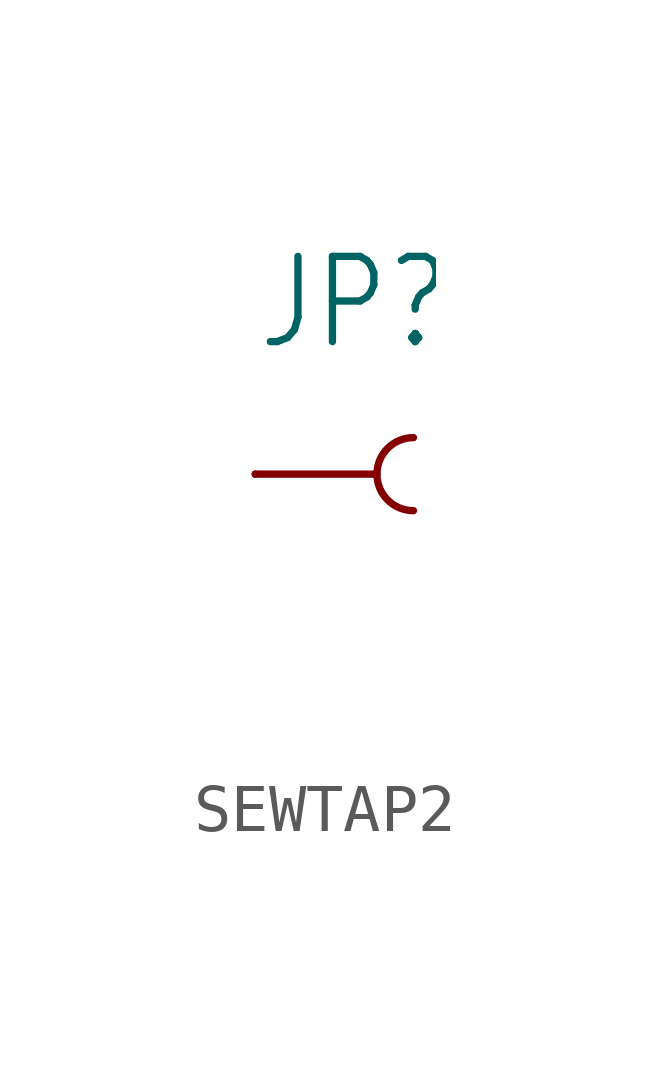
<source format=kicad_sym>
(kicad_symbol_lib
  (version 20220914)
  (generator kicad_symbol_editor)
  (symbol "SEWTAP2"
    (property "Reference" "JP"
      (at -2.54 2.54 0)
      (effects (font (size 1.778 1.511)) (justify left bottom)))
    (property "Value" ""
      (at -2.54 -5.08 0)
      (effects (font (size 1.778 1.511)) (justify left bottom)))
    (property "ki_locked" ""
      (at 0 0 0)
      (effects (font (size 1.27 1.27))))
    (symbol "SEWTAP2_1_0"
      (polyline (pts (xy 0 0) (xy -2.54 0)) (stroke (width 0.152) (type solid)) (fill (type none)))
      (arc (start 0.762 0.762) (mid 0 0) (end 0.762 -0.762) (stroke (width 0.1524) (type solid)) (fill (type none)))
      (pin bidirectional line (at -2.54 0 180) (length 0) (name "1" (effects (font (size 0 0)))) (number "1" (effects (font (size 0 0))))))))
</source>
